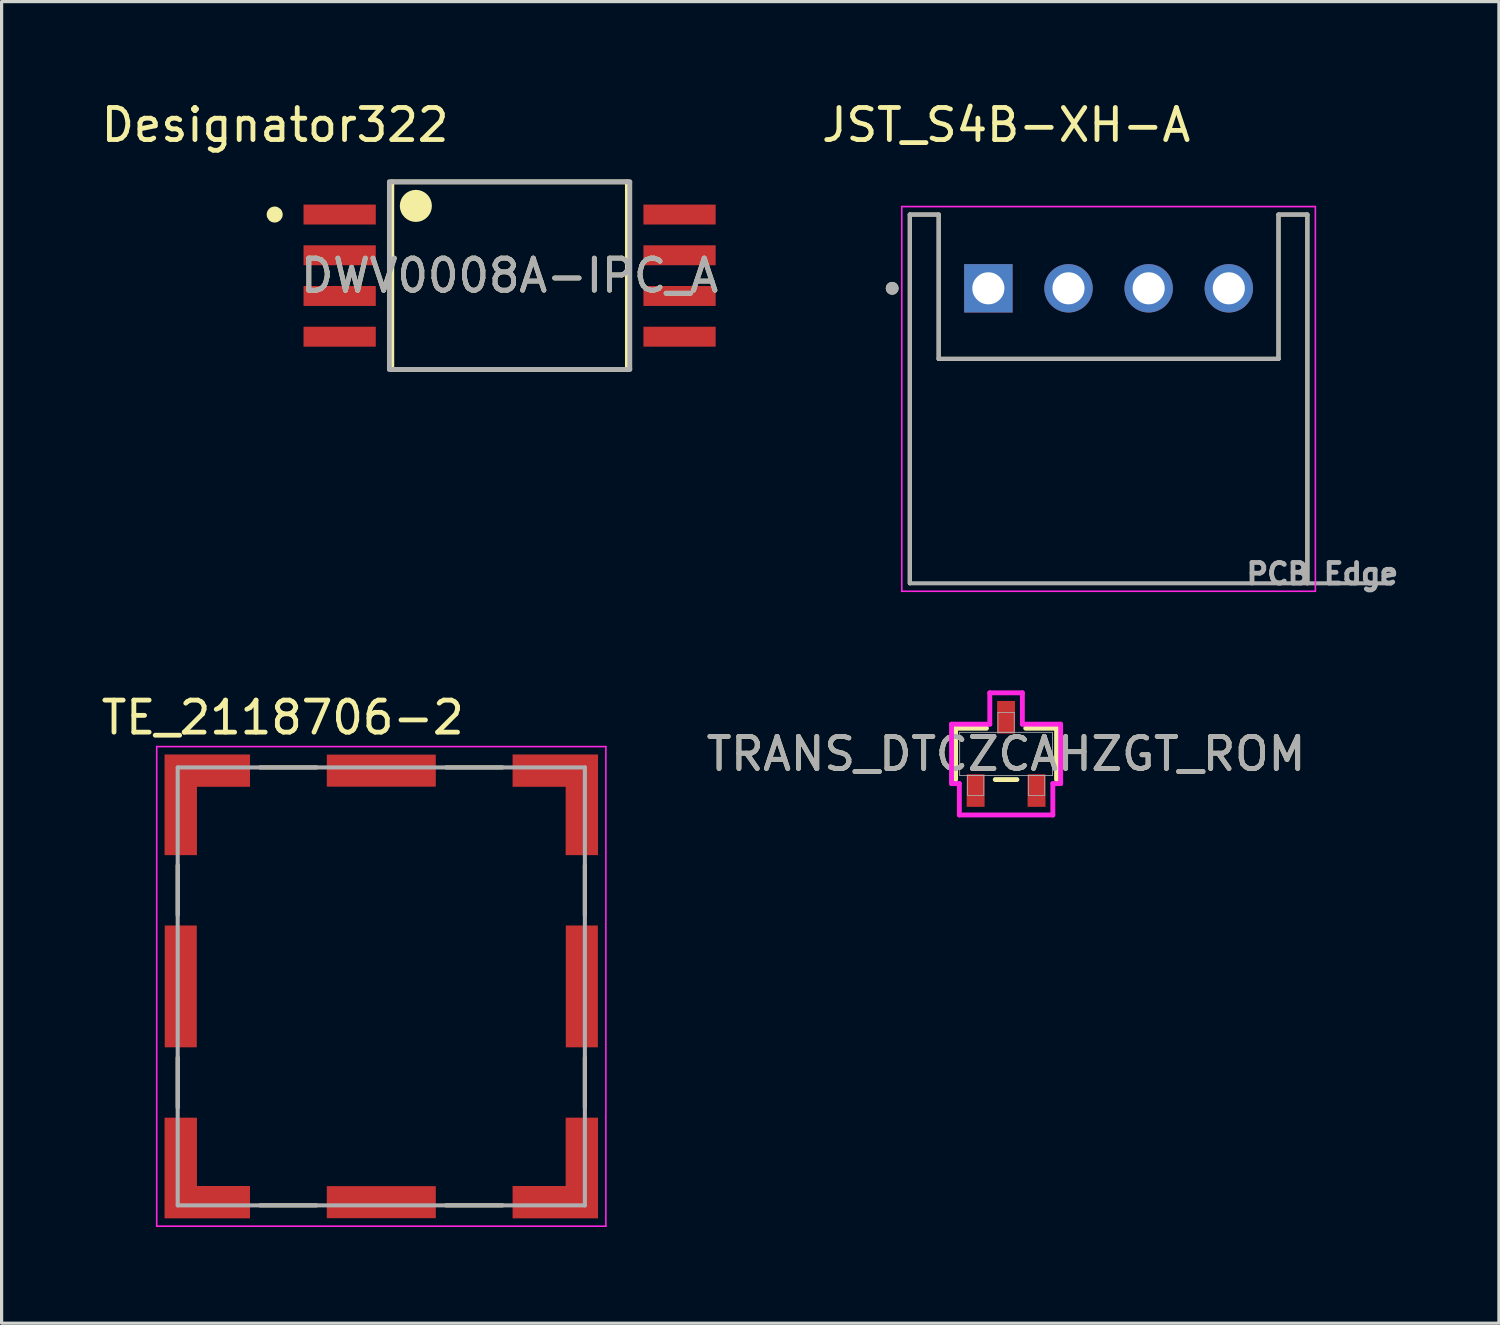
<source format=kicad_pcb>
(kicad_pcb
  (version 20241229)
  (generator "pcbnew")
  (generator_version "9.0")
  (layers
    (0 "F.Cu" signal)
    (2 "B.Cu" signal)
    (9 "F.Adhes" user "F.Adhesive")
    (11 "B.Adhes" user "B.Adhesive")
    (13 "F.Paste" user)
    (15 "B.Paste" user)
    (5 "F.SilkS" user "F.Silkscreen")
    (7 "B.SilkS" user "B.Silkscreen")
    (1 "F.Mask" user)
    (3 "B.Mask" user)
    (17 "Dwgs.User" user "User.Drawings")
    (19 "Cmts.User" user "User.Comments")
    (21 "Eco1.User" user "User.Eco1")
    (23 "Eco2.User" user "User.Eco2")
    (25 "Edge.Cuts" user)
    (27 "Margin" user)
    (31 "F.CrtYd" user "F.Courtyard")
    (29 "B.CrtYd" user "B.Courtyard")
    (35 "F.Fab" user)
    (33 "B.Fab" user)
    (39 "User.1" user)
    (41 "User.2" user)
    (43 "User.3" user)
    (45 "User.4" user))
  (footprint "TE_2118706-2"
    (layer "F.Cu")
    (at 8.843 27.717)
    (property "Reference" "TE_2118706-2" (at -3.075 -8.385 0) (layer "F.SilkS") (effects (font (size 1 1) (thickness 0.15))))
    (attr smd)
    (fp_poly (pts (xy -6.855 -4) (xy -6.855 -7.33) (xy -4 -7.33) (xy -4 -6.13) (xy -5.655 -6.13) (xy -5.655 -4)) (stroke (width 0.01) (type solid)) (fill yes) (layer "F.Mask"))
    (fp_poly (pts (xy -6.855 4) (xy -6.855 7.33) (xy -4 7.33) (xy -4 6.13) (xy -5.655 6.13) (xy -5.655 4)) (stroke (width 0.01) (type solid)) (fill yes) (layer "F.Mask"))
    (fp_poly (pts (xy 6.855 -4) (xy 6.855 -7.33) (xy 4 -7.33) (xy 4 -6.13) (xy 5.655 -6.13) (xy 5.655 -4)) (stroke (width 0.01) (type solid)) (fill yes) (layer "F.Mask"))
    (fp_poly (pts (xy 6.855 4) (xy 6.855 7.33) (xy 4 7.33) (xy 4 6.13) (xy 5.655 6.13) (xy 5.655 4)) (stroke (width 0.01) (type solid)) (fill yes) (layer "F.Mask"))
    (fp_line (start -6.35 -3.78) (end -6.35 -2.223) (stroke (width 0.127) (type solid)) (layer "F.SilkS"))
    (fp_line (start -6.35 2.22) (end -6.35 3.78) (stroke (width 0.127) (type solid)) (layer "F.SilkS"))
    (fp_line (start -3.78 6.83) (end -2.02 6.83) (stroke (width 0.127) (type solid)) (layer "F.SilkS"))
    (fp_line (start -2.02 -6.83) (end -3.78 -6.83) (stroke (width 0.127) (type solid)) (layer "F.SilkS"))
    (fp_line (start 2.02 6.83) (end 3.78 6.83) (stroke (width 0.127) (type solid)) (layer "F.SilkS"))
    (fp_line (start 3.78 -6.83) (end 2.02 -6.83) (stroke (width 0.127) (type solid)) (layer "F.SilkS"))
    (fp_line (start 6.35 -2.22) (end 6.35 -3.78) (stroke (width 0.127) (type solid)) (layer "F.SilkS"))
    (fp_line (start 6.35 3.78) (end 6.35 2.223) (stroke (width 0.127) (type solid)) (layer "F.SilkS"))
    (fp_poly (pts (xy -6.755 -4.1) (xy -6.755 -7.23) (xy -4.1 -7.23) (xy -4.1 -6.23) (xy -5.755 -6.23) (xy -5.755 -4.1)) (stroke (width 0.01) (type solid)) (fill yes) (layer "F.Paste"))
    (fp_poly (pts (xy -6.755 4.1) (xy -6.755 7.23) (xy -4.1 7.23) (xy -4.1 6.23) (xy -5.755 6.23) (xy -5.755 4.1)) (stroke (width 0.01) (type solid)) (fill yes) (layer "F.Paste"))
    (fp_poly (pts (xy 6.755 -4.1) (xy 6.755 -7.23) (xy 4.1 -7.23) (xy 4.1 -6.23) (xy 5.755 -6.23) (xy 5.755 -4.1)) (stroke (width 0.01) (type solid)) (fill yes) (layer "F.Paste"))
    (fp_poly (pts (xy 6.755 4.1) (xy 6.755 7.23) (xy 4.1 7.23) (xy 4.1 6.23) (xy 5.755 6.23) (xy 5.755 4.1)) (stroke (width 0.01) (type solid)) (fill yes) (layer "F.Paste"))
    (fp_line (start -7.005 -7.48) (end 7.005 -7.48) (stroke (width 0.05) (type solid)) (layer "F.CrtYd"))
    (fp_line (start -7.005 7.48) (end -7.005 -7.48) (stroke (width 0.05) (type solid)) (layer "F.CrtYd"))
    (fp_line (start 7.005 -7.48) (end 7.005 7.48) (stroke (width 0.05) (type solid)) (layer "F.CrtYd"))
    (fp_line (start 7.005 7.48) (end -7.005 7.48) (stroke (width 0.05) (type solid)) (layer "F.CrtYd"))
    (fp_line (start -6.35 -6.83) (end -6.35 6.83) (stroke (width 0.127) (type solid)) (layer "F.Fab"))
    (fp_line (start -6.35 6.83) (end 6.35 6.83) (stroke (width 0.127) (type solid)) (layer "F.Fab"))
    (fp_line (start 6.35 -6.83) (end -6.35 -6.83) (stroke (width 0.127) (type solid)) (layer "F.Fab"))
    (fp_line (start 6.35 6.83) (end 6.35 -6.83) (stroke (width 0.127) (type solid)) (layer "F.Fab"))
    (pad "SH1" smd custom (at -6.255 6.73) (size 0.5 0.5) (layers "F.Cu") (options (anchor rect)) (primitives (gr_poly (pts (xy -0.5 -2.63) (xy -0.5 0.5) (xy 2.155 0.5) (xy 2.155 -0.5) (xy 0.5 -0.5) (xy 0.5 -2.63)) (width 0.01) (fill yes))))
    (pad "SH2" smd rect (at 0 6.73) (size 3.4 1) (layers "F.Cu" "F.Mask" "F.Paste"))
    (pad "SH3" smd custom (at 6.255 6.73) (size 0.5 0.5) (layers "F.Cu") (options (anchor rect)) (primitives (gr_poly (pts (xy 0.5 -2.63) (xy 0.5 0.5) (xy -2.155 0.5) (xy -2.155 -0.5) (xy -0.5 -0.5) (xy -0.5 -2.63)) (width 0.01) (fill yes))))
    (pad "SH4" smd rect (at 6.255 0) (size 1 3.8) (layers "F.Cu" "F.Mask" "F.Paste"))
    (pad "SH5" smd custom (at 6.255 -6.73) (size 0.5 0.5) (layers "F.Cu") (options (anchor rect)) (primitives (gr_poly (pts (xy 0.5 2.63) (xy 0.5 -0.5) (xy -2.155 -0.5) (xy -2.155 0.5) (xy -0.5 0.5) (xy -0.5 2.63)) (width 0.01) (fill yes))))
    (pad "SH6" smd rect (at 0 -6.73) (size 3.4 1) (layers "F.Cu" "F.Mask" "F.Paste"))
    (pad "SH7" smd custom (at -6.255 -6.73) (size 0.5 0.5) (layers "F.Cu") (options (anchor rect)) (primitives (gr_poly (pts (xy -0.5 2.63) (xy -0.5 -0.5) (xy 2.155 -0.5) (xy 2.155 0.5) (xy 0.5 0.5) (xy 0.5 2.63)) (width 0.01) (fill yes))))
    (pad "SH8" smd rect (at -6.255 0) (size 1 3.8) (layers "F.Cu" "F.Mask" "F.Paste")))
  (footprint "TRANS_DTCZCAHZGT_ROM"
    (layer "F.Cu")
    (at 28.331 20.465)
    (property "Reference" "TRANS_DTCZCAHZGT_ROM" (at 0 0 0) (unlocked yes) (layer "F.SilkS") (effects (font (size 1 1) (thickness 0.15))))
    (attr smd)
    (fp_line (start -1.575 -0.8) (end -1.575 0.8) (stroke (width 0.152) (type solid)) (layer "F.SilkS"))
    (fp_line (start -0.612 -0.8) (end -1.575 -0.8) (stroke (width 0.152) (type solid)) (layer "F.SilkS"))
    (fp_line (start -0.338 0.8) (end 0.338 0.8) (stroke (width 0.152) (type solid)) (layer "F.SilkS"))
    (fp_line (start 1.575 -0.8) (end 0.612 -0.8) (stroke (width 0.152) (type solid)) (layer "F.SilkS"))
    (fp_line (start 1.575 0.8) (end 1.575 -0.8) (stroke (width 0.152) (type solid)) (layer "F.SilkS"))
    (fp_line (start -1.702 -0.927) (end -0.508 -0.927) (stroke (width 0.152) (type solid)) (layer "F.CrtYd"))
    (fp_line (start -1.702 0.927) (end -1.702 -0.927) (stroke (width 0.152) (type solid)) (layer "F.CrtYd"))
    (fp_line (start -1.702 0.927) (end -1.458 0.927) (stroke (width 0.152) (type solid)) (layer "F.CrtYd"))
    (fp_line (start -1.458 0.927) (end -1.458 1.905) (stroke (width 0.152) (type solid)) (layer "F.CrtYd"))
    (fp_line (start -1.458 1.905) (end 1.458 1.905) (stroke (width 0.152) (type solid)) (layer "F.CrtYd"))
    (fp_line (start -0.508 -1.905) (end 0.508 -1.905) (stroke (width 0.152) (type solid)) (layer "F.CrtYd"))
    (fp_line (start -0.508 -0.927) (end -0.508 -1.905) (stroke (width 0.152) (type solid)) (layer "F.CrtYd"))
    (fp_line (start 0.508 -0.927) (end 0.508 -1.905) (stroke (width 0.152) (type solid)) (layer "F.CrtYd"))
    (fp_line (start 1.458 0.927) (end 1.458 1.905) (stroke (width 0.152) (type solid)) (layer "F.CrtYd"))
    (fp_line (start 1.702 -0.927) (end 0.508 -0.927) (stroke (width 0.152) (type solid)) (layer "F.CrtYd"))
    (fp_line (start 1.702 -0.927) (end 1.702 0.927) (stroke (width 0.152) (type solid)) (layer "F.CrtYd"))
    (fp_line (start 1.702 0.927) (end 1.458 0.927) (stroke (width 0.152) (type solid)) (layer "F.CrtYd"))
    (fp_line (start -1.448 -0.673) (end -1.448 0.673) (stroke (width 0.025) (type solid)) (layer "F.Fab"))
    (fp_line (start -1.448 0.673) (end 1.448 0.673) (stroke (width 0.025) (type solid)) (layer "F.Fab"))
    (fp_line (start -1.204 0.673) (end -1.204 1.295) (stroke (width 0.025) (type solid)) (layer "F.Fab"))
    (fp_line (start -1.204 1.295) (end -0.696 1.295) (stroke (width 0.025) (type solid)) (layer "F.Fab"))
    (fp_line (start -0.696 0.673) (end -1.204 0.673) (stroke (width 0.025) (type solid)) (layer "F.Fab"))
    (fp_line (start -0.696 1.295) (end -0.696 0.673) (stroke (width 0.025) (type solid)) (layer "F.Fab"))
    (fp_line (start -0.254 -1.295) (end -0.254 -0.673) (stroke (width 0.025) (type solid)) (layer "F.Fab"))
    (fp_line (start -0.254 -0.673) (end 0.254 -0.673) (stroke (width 0.025) (type solid)) (layer "F.Fab"))
    (fp_line (start 0.254 -1.295) (end -0.254 -1.295) (stroke (width 0.025) (type solid)) (layer "F.Fab"))
    (fp_line (start 0.254 -0.673) (end 0.254 -1.295) (stroke (width 0.025) (type solid)) (layer "F.Fab"))
    (fp_line (start 0.696 0.673) (end 0.696 1.295) (stroke (width 0.025) (type solid)) (layer "F.Fab"))
    (fp_line (start 0.696 1.295) (end 1.204 1.295) (stroke (width 0.025) (type solid)) (layer "F.Fab"))
    (fp_line (start 1.204 0.673) (end 0.696 0.673) (stroke (width 0.025) (type solid)) (layer "F.Fab"))
    (fp_line (start 1.204 1.295) (end 1.204 0.673) (stroke (width 0.025) (type solid)) (layer "F.Fab"))
    (fp_line (start 1.448 -0.673) (end -1.448 -0.673) (stroke (width 0.025) (type solid)) (layer "F.Fab"))
    (fp_line (start 1.448 0.673) (end 1.448 -0.673) (stroke (width 0.025) (type solid)) (layer "F.Fab"))
    (fp_circle (center -0.95 0.419) (end -0.95 0.419) (stroke (width 0.025) (type solid)) (fill no) (layer "F.Fab"))
    (fp_text user "${REFERENCE}" (at 0 0 0) (unlocked yes) (layer "F.Fab") (effects (font (size 1 1) (thickness 0.15))))
    (pad "1" smd rect (at -0.95 1.143) (size 0.559 1.016) (layers "F.Cu" "F.Mask" "F.Paste"))
    (pad "2" smd rect (at 0.95 1.143) (size 0.559 1.016) (layers "F.Cu" "F.Mask" "F.Paste"))
    (pad "3" smd rect (at 0 -1.143) (size 0.559 1.016) (layers "F.Cu" "F.Mask" "F.Paste")))
  (footprint "JST_S4B-XH-A"
    (layer "F.Cu")
    (at 31.528 11.643)
    (property "Reference" "JST_S4B-XH-A" (at -3.195 -10.795 0) (layer "F.SilkS") (effects (font (size 1 1) (thickness 0.15))))
    (attr through_hole)
    (fp_line (start -6.2 -8) (end -6.2 3.5) (stroke (width 0.127) (type solid)) (layer "F.SilkS"))
    (fp_line (start -5.3 -8) (end -6.2 -8) (stroke (width 0.127) (type solid)) (layer "F.SilkS"))
    (fp_line (start -5.3 -3.5) (end -5.3 -8) (stroke (width 0.127) (type solid)) (layer "F.SilkS"))
    (fp_line (start 5.3 -8) (end 5.3 -3.5) (stroke (width 0.127) (type solid)) (layer "F.SilkS"))
    (fp_line (start 5.3 -3.5) (end -5.3 -3.5) (stroke (width 0.127) (type solid)) (layer "F.SilkS"))
    (fp_line (start 6.2 -8) (end 5.3 -8) (stroke (width 0.127) (type solid)) (layer "F.SilkS"))
    (fp_line (start 6.2 3.5) (end 6.2 -8) (stroke (width 0.127) (type solid)) (layer "F.SilkS"))
    (fp_circle (center -6.75 -5.7) (end -6.65 -5.7) (stroke (width 0.2) (type solid)) (fill no) (layer "F.SilkS"))
    (fp_line (start -6.45 -8.25) (end -6.45 3.75) (stroke (width 0.05) (type solid)) (layer "F.CrtYd"))
    (fp_line (start -6.45 3.75) (end 6.45 3.75) (stroke (width 0.05) (type solid)) (layer "F.CrtYd"))
    (fp_line (start 6.45 -8.25) (end -6.45 -8.25) (stroke (width 0.05) (type solid)) (layer "F.CrtYd"))
    (fp_line (start 6.45 3.75) (end 6.45 -8.25) (stroke (width 0.05) (type solid)) (layer "F.CrtYd"))
    (fp_line (start -6.2 -8) (end -6.2 3.5) (stroke (width 0.127) (type solid)) (layer "F.Fab"))
    (fp_line (start -6.2 3.5) (end 6.2 3.5) (stroke (width 0.127) (type solid)) (layer "F.Fab"))
    (fp_line (start -5.3 -8) (end -6.2 -8) (stroke (width 0.127) (type solid)) (layer "F.Fab"))
    (fp_line (start -5.3 -3.5) (end -5.3 -8) (stroke (width 0.127) (type solid)) (layer "F.Fab"))
    (fp_line (start 5.3 -8) (end 5.3 -3.5) (stroke (width 0.127) (type solid)) (layer "F.Fab"))
    (fp_line (start 5.3 -3.5) (end -5.3 -3.5) (stroke (width 0.127) (type solid)) (layer "F.Fab"))
    (fp_line (start 6.2 -8) (end 5.3 -8) (stroke (width 0.127) (type solid)) (layer "F.Fab"))
    (fp_line (start 6.2 3.5) (end 6.2 -8) (stroke (width 0.127) (type solid)) (layer "F.Fab"))
    (fp_line (start 6.2 3.5) (end 8.82 3.5) (stroke (width 0.127) (type solid)) (layer "F.Fab"))
    (fp_circle (center -6.75 -5.7) (end -6.65 -5.7) (stroke (width 0.2) (type solid)) (fill no) (layer "F.Fab"))
    (fp_text user "PCB Edge" (at 6.668 3.203 0) (layer "F.Fab") (effects (font (size 0.64 0.64) (thickness 0.15))))
    (pad "1" thru_hole rect (at -3.75 -5.7) (size 1.508 1.508) (drill 1) (layers "*.Cu" "*.Mask"))
    (pad "2" thru_hole circle (at -1.25 -5.7) (size 1.508 1.508) (drill 1) (layers "*.Cu" "*.Mask"))
    (pad "3" thru_hole circle (at 1.25 -5.7) (size 1.508 1.508) (drill 1) (layers "*.Cu" "*.Mask"))
    (pad "4" thru_hole circle (at 3.75 -5.7) (size 1.508 1.508) (drill 1) (layers "*.Cu" "*.Mask")))
  (footprint "DWV0008A-IPC_A"
    (layer "F.Cu")
    (at 12.845 5.547)
    (property "Reference" "DWV0008A-IPC_A" (at 0 0 0) (unlocked yes) (layer "F.SilkS") (effects (font (size 1 1) (thickness 0.15))))
    (attr smd)
    (fp_line (start -3.674 -2.925) (end 3.674 -2.925) (stroke (width 0.15) (type solid)) (layer "F.SilkS"))
    (fp_line (start -3.674 2.925) (end -3.674 -2.925) (stroke (width 0.15) (type solid)) (layer "F.SilkS"))
    (fp_line (start -3.674 2.925) (end 3.674 2.925) (stroke (width 0.15) (type solid)) (layer "F.SilkS"))
    (fp_line (start 3.674 2.925) (end 3.674 -2.925) (stroke (width 0.15) (type solid)) (layer "F.SilkS"))
    (fp_circle (center -7.327 -1.905) (end -7.202 -1.905) (stroke (width 0.25) (type solid)) (fill no) (layer "F.SilkS"))
    (fp_circle (center -2.924 -2.175) (end -2.674 -2.175) (stroke (width 0.5) (type solid)) (fill no) (layer "F.SilkS"))
    (fp_line (start -3.75 -2.925) (end 3.75 -2.925) (stroke (width 0.15) (type solid)) (layer "F.Fab"))
    (fp_line (start -3.75 2.925) (end -3.75 -2.925) (stroke (width 0.15) (type solid)) (layer "F.Fab"))
    (fp_line (start -3.75 2.925) (end 3.75 2.925) (stroke (width 0.15) (type solid)) (layer "F.Fab"))
    (fp_line (start 3.75 2.925) (end 3.75 -2.925) (stroke (width 0.15) (type solid)) (layer "F.Fab"))
    (fp_text user "Designator322" (at -7.315 -4.699 0) (unlocked yes) (layer "F.SilkS") (effects (font (size 1 1) (thickness 0.15))))
    (fp_text user "${REFERENCE}" (at 0 0 0) (unlocked yes) (layer "F.Fab") (effects (font (size 1 1) (thickness 0.15))))
    (pad "1" smd rect (at -5.301 -1.905) (size 2.254 0.622) (layers "F.Cu" "F.Mask" "F.Paste"))
    (pad "2" smd rect (at -5.301 -0.635) (size 2.254 0.622) (layers "F.Cu" "F.Mask" "F.Paste"))
    (pad "3" smd rect (at -5.301 0.635) (size 2.254 0.622) (layers "F.Cu" "F.Mask" "F.Paste"))
    (pad "4" smd rect (at -5.301 1.905) (size 2.254 0.622) (layers "F.Cu" "F.Mask" "F.Paste"))
    (pad "5" smd rect (at 5.301 1.905) (size 2.254 0.622) (layers "F.Cu" "F.Mask" "F.Paste"))
    (pad "6" smd rect (at 5.301 0.635) (size 2.254 0.622) (layers "F.Cu" "F.Mask" "F.Paste"))
    (pad "7" smd rect (at 5.301 -0.635) (size 2.254 0.622) (layers "F.Cu" "F.Mask" "F.Paste"))
    (pad "8" smd rect (at 5.301 -1.905) (size 2.254 0.622) (layers "F.Cu" "F.Mask" "F.Paste")))
  (gr_rect
    (start -3 -3)
    (end 43.703 38.222)
    (stroke (width 0.1) (type default))
    (fill no)
    (layer "Edge.Cuts")))
</source>
